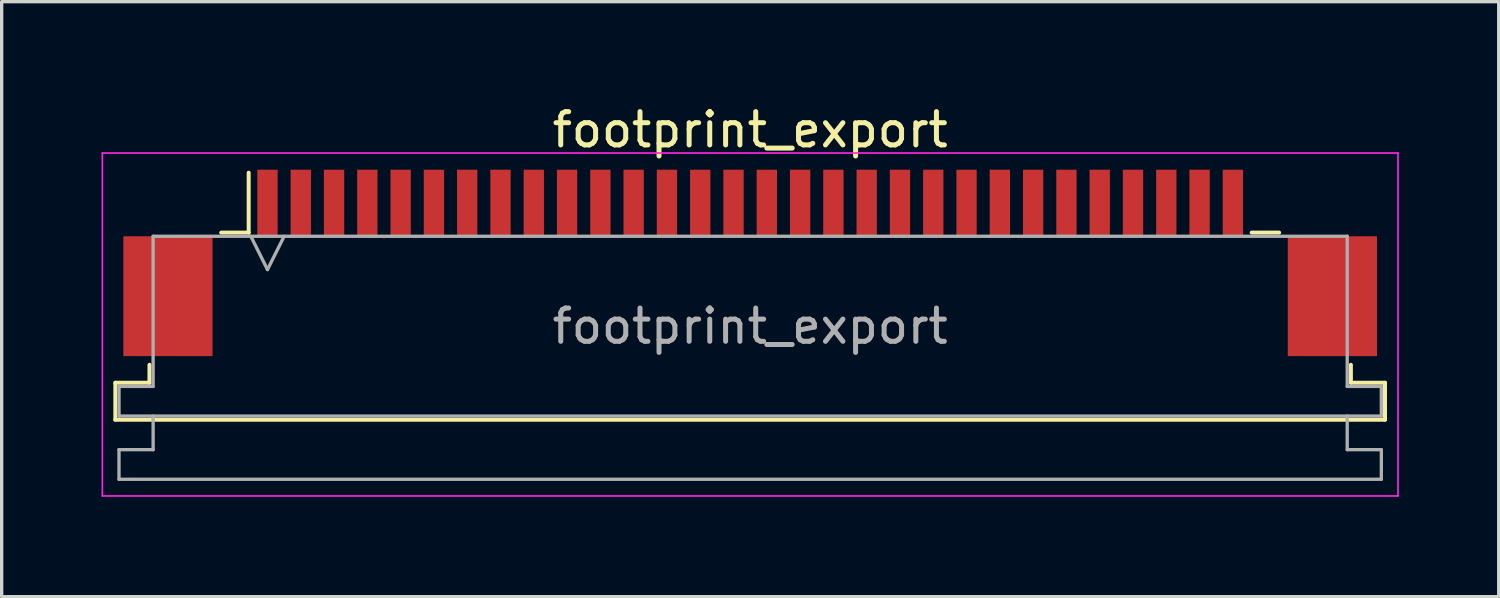
<source format=kicad_pcb>
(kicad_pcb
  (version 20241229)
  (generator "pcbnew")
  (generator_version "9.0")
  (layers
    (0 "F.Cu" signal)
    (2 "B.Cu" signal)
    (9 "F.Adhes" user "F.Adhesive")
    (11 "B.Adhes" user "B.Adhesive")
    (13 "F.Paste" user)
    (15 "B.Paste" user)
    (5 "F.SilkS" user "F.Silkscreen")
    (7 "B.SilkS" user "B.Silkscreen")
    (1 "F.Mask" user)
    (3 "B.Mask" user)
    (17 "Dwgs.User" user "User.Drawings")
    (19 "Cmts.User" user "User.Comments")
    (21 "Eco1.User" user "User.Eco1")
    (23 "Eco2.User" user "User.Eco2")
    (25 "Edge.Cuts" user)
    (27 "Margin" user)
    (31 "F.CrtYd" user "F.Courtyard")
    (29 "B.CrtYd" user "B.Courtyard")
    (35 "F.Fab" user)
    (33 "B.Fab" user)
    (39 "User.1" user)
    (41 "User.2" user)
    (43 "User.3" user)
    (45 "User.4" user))
  (footprint "footprint_export"
    (layer "F.Cu")
    (at 19.485 4.848)
    (property "Reference" "footprint_export" (at 0 -4 0) (layer "F.SilkS") (effects (font (size 1 1) (thickness 0.15))))
    (attr smd)
    (fp_line (start -19.07 3.6) (end -18.045 3.6) (stroke (width 0.12) (type solid)) (layer "F.SilkS"))
    (fp_line (start -19.07 4.71) (end -19.07 3.6) (stroke (width 0.12) (type solid)) (layer "F.SilkS"))
    (fp_line (start -18.045 3.6) (end -18.045 3.06) (stroke (width 0.12) (type solid)) (layer "F.SilkS"))
    (fp_line (start -15.89 -0.91) (end -15.065 -0.91) (stroke (width 0.12) (type solid)) (layer "F.SilkS"))
    (fp_line (start -15.065 -0.91) (end -15.065 -2.71) (stroke (width 0.12) (type solid)) (layer "F.SilkS"))
    (fp_line (start 15.065 -0.91) (end 15.89 -0.91) (stroke (width 0.12) (type solid)) (layer "F.SilkS"))
    (fp_line (start 18.045 3.06) (end 18.045 3.6) (stroke (width 0.12) (type solid)) (layer "F.SilkS"))
    (fp_line (start 18.045 3.6) (end 19.07 3.6) (stroke (width 0.12) (type solid)) (layer "F.SilkS"))
    (fp_line (start 19.07 3.6) (end 19.07 4.71) (stroke (width 0.12) (type solid)) (layer "F.SilkS"))
    (fp_line (start 19.07 4.71) (end -19.07 4.71) (stroke (width 0.12) (type solid)) (layer "F.SilkS"))
    (fp_line (start -19.46 -3.3) (end -19.46 7) (stroke (width 0.05) (type solid)) (layer "F.CrtYd"))
    (fp_line (start -19.46 7) (end 19.46 7) (stroke (width 0.05) (type solid)) (layer "F.CrtYd"))
    (fp_line (start 19.46 -3.3) (end -19.46 -3.3) (stroke (width 0.05) (type solid)) (layer "F.CrtYd"))
    (fp_line (start 19.46 7) (end 19.46 -3.3) (stroke (width 0.05) (type solid)) (layer "F.CrtYd"))
    (fp_line (start -18.96 3.71) (end -17.935 3.71) (stroke (width 0.1) (type solid)) (layer "F.Fab"))
    (fp_line (start -18.96 4.6) (end -18.96 3.71) (stroke (width 0.1) (type solid)) (layer "F.Fab"))
    (fp_line (start -18.96 5.61) (end -17.935 5.61) (stroke (width 0.1) (type solid)) (layer "F.Fab"))
    (fp_line (start -18.96 6.5) (end -18.96 5.61) (stroke (width 0.1) (type solid)) (layer "F.Fab"))
    (fp_line (start -17.935 -0.8) (end 17.935 -0.8) (stroke (width 0.1) (type solid)) (layer "F.Fab"))
    (fp_line (start -17.935 3.71) (end -17.935 -0.8) (stroke (width 0.1) (type solid)) (layer "F.Fab"))
    (fp_line (start -17.935 5.61) (end -17.935 4.6) (stroke (width 0.1) (type solid)) (layer "F.Fab"))
    (fp_line (start -15 -0.8) (end -14.5 0.2) (stroke (width 0.1) (type solid)) (layer "F.Fab"))
    (fp_line (start -14.5 0.2) (end -14 -0.8) (stroke (width 0.1) (type solid)) (layer "F.Fab"))
    (fp_line (start 17.935 -0.8) (end 17.935 3.71) (stroke (width 0.1) (type solid)) (layer "F.Fab"))
    (fp_line (start 17.935 3.71) (end 18.96 3.71) (stroke (width 0.1) (type solid)) (layer "F.Fab"))
    (fp_line (start 17.935 4.6) (end 17.935 5.61) (stroke (width 0.1) (type solid)) (layer "F.Fab"))
    (fp_line (start 17.935 5.61) (end 18.96 5.61) (stroke (width 0.1) (type solid)) (layer "F.Fab"))
    (fp_line (start 18.96 3.71) (end 18.96 4.6) (stroke (width 0.1) (type solid)) (layer "F.Fab"))
    (fp_line (start 18.96 4.6) (end -18.96 4.6) (stroke (width 0.1) (type solid)) (layer "F.Fab"))
    (fp_line (start 18.96 5.61) (end 18.96 6.5) (stroke (width 0.1) (type solid)) (layer "F.Fab"))
    (fp_line (start 18.96 6.5) (end -18.96 6.5) (stroke (width 0.1) (type solid)) (layer "F.Fab"))
    (fp_text user "${REFERENCE}" (at 0 1.9 0) (layer "F.Fab") (effects (font (size 1 1) (thickness 0.15))))
    (pad "1" smd rect (at -14.5 -1.8) (size 0.61 2) (layers "F.Cu" "F.Mask" "F.Paste"))
    (pad "2" smd rect (at -13.5 -1.8) (size 0.61 2) (layers "F.Cu" "F.Mask" "F.Paste"))
    (pad "3" smd rect (at -12.5 -1.8) (size 0.61 2) (layers "F.Cu" "F.Mask" "F.Paste"))
    (pad "4" smd rect (at -11.5 -1.8) (size 0.61 2) (layers "F.Cu" "F.Mask" "F.Paste"))
    (pad "5" smd rect (at -10.5 -1.8) (size 0.61 2) (layers "F.Cu" "F.Mask" "F.Paste"))
    (pad "6" smd rect (at -9.5 -1.8) (size 0.61 2) (layers "F.Cu" "F.Mask" "F.Paste"))
    (pad "7" smd rect (at -8.5 -1.8) (size 0.61 2) (layers "F.Cu" "F.Mask" "F.Paste"))
    (pad "8" smd rect (at -7.5 -1.8) (size 0.61 2) (layers "F.Cu" "F.Mask" "F.Paste"))
    (pad "9" smd rect (at -6.5 -1.8) (size 0.61 2) (layers "F.Cu" "F.Mask" "F.Paste"))
    (pad "10" smd rect (at -5.5 -1.8) (size 0.61 2) (layers "F.Cu" "F.Mask" "F.Paste"))
    (pad "11" smd rect (at -4.5 -1.8) (size 0.61 2) (layers "F.Cu" "F.Mask" "F.Paste"))
    (pad "12" smd rect (at -3.5 -1.8) (size 0.61 2) (layers "F.Cu" "F.Mask" "F.Paste"))
    (pad "13" smd rect (at -2.5 -1.8) (size 0.61 2) (layers "F.Cu" "F.Mask" "F.Paste"))
    (pad "14" smd rect (at -1.5 -1.8) (size 0.61 2) (layers "F.Cu" "F.Mask" "F.Paste"))
    (pad "15" smd rect (at -0.5 -1.8) (size 0.61 2) (layers "F.Cu" "F.Mask" "F.Paste"))
    (pad "16" smd rect (at 0.5 -1.8) (size 0.61 2) (layers "F.Cu" "F.Mask" "F.Paste"))
    (pad "17" smd rect (at 1.5 -1.8) (size 0.61 2) (layers "F.Cu" "F.Mask" "F.Paste"))
    (pad "18" smd rect (at 2.5 -1.8) (size 0.61 2) (layers "F.Cu" "F.Mask" "F.Paste"))
    (pad "19" smd rect (at 3.5 -1.8) (size 0.61 2) (layers "F.Cu" "F.Mask" "F.Paste"))
    (pad "20" smd rect (at 4.5 -1.8) (size 0.61 2) (layers "F.Cu" "F.Mask" "F.Paste"))
    (pad "21" smd rect (at 5.5 -1.8) (size 0.61 2) (layers "F.Cu" "F.Mask" "F.Paste"))
    (pad "22" smd rect (at 6.5 -1.8) (size 0.61 2) (layers "F.Cu" "F.Mask" "F.Paste"))
    (pad "23" smd rect (at 7.5 -1.8) (size 0.61 2) (layers "F.Cu" "F.Mask" "F.Paste"))
    (pad "24" smd rect (at 8.5 -1.8) (size 0.61 2) (layers "F.Cu" "F.Mask" "F.Paste"))
    (pad "25" smd rect (at 9.5 -1.8) (size 0.61 2) (layers "F.Cu" "F.Mask" "F.Paste"))
    (pad "26" smd rect (at 10.5 -1.8) (size 0.61 2) (layers "F.Cu" "F.Mask" "F.Paste"))
    (pad "27" smd rect (at 11.5 -1.8) (size 0.61 2) (layers "F.Cu" "F.Mask" "F.Paste"))
    (pad "28" smd rect (at 12.5 -1.8) (size 0.61 2) (layers "F.Cu" "F.Mask" "F.Paste"))
    (pad "29" smd rect (at 13.5 -1.8) (size 0.61 2) (layers "F.Cu" "F.Mask" "F.Paste"))
    (pad "30" smd rect (at 14.5 -1.8) (size 0.61 2) (layers "F.Cu" "F.Mask" "F.Paste"))
    (pad "MP" smd rect (at -17.49 1) (size 2.68 3.6) (layers "F.Cu" "F.Mask" "F.Paste"))
    (pad "MP" smd rect (at 17.49 1) (size 2.68 3.6) (layers "F.Cu" "F.Mask" "F.Paste")))
  (gr_rect
    (start -3 -3)
    (end 41.97 14.873)
    (stroke (width 0.1) (type default))
    (fill no)
    (layer "Edge.Cuts")))
</source>
